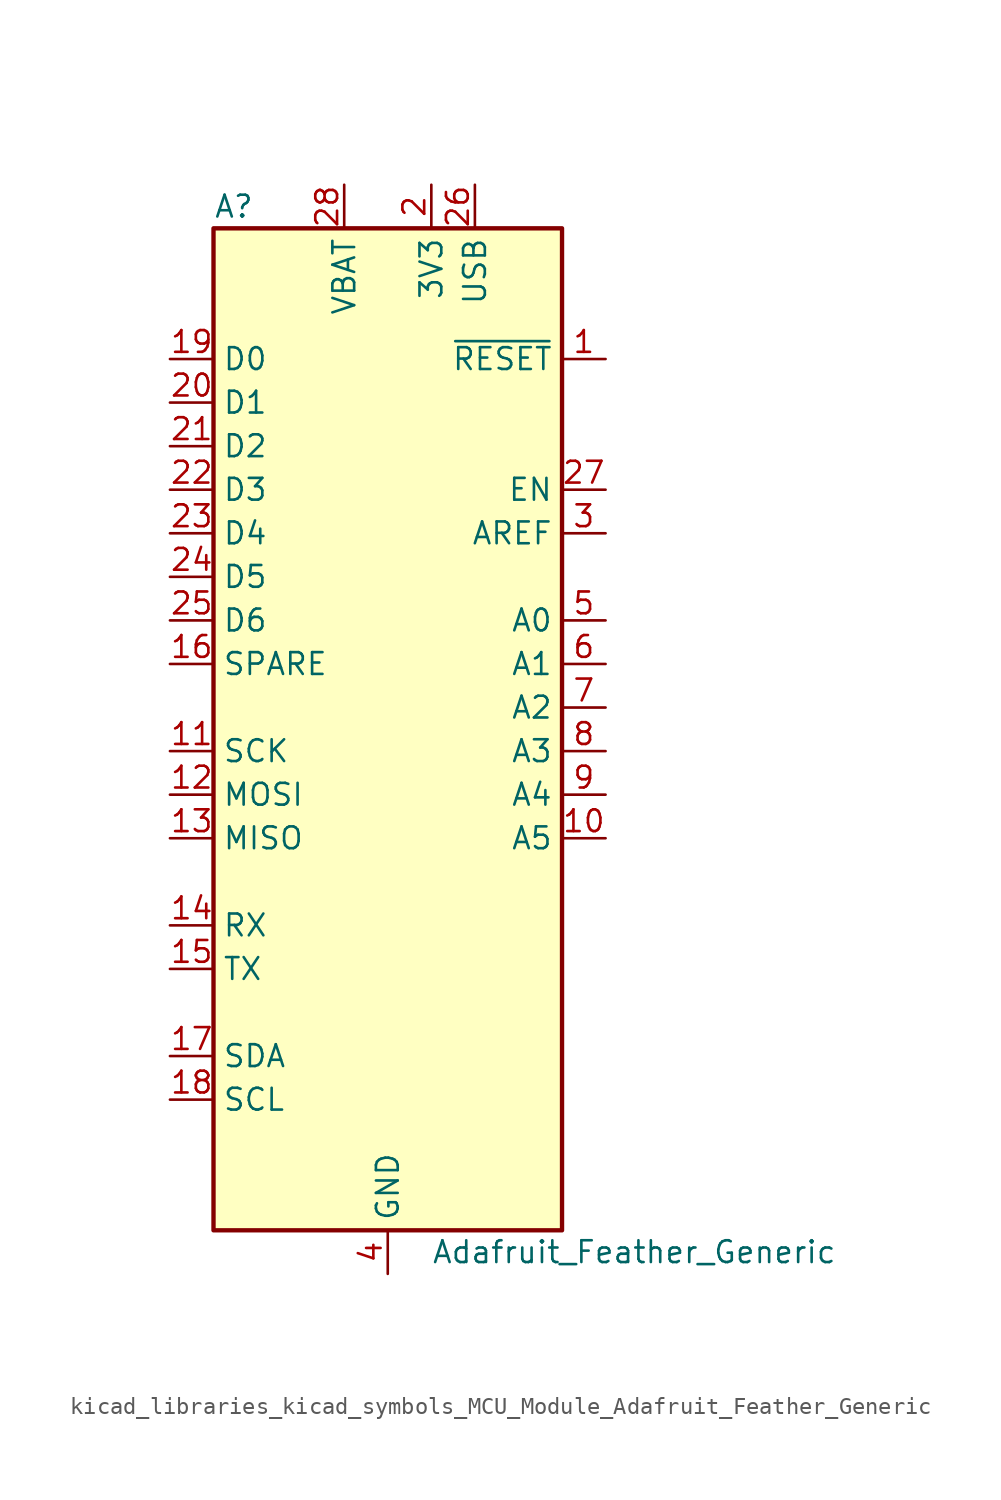
<source format=kicad_sym>
(kicad_symbol_lib
  (version 20220914)
  (generator kicad_symbol_editor)
  (symbol "kicad_libraries_kicad_symbols_MCU_Module_Adafruit_Feather_Generic"
    (property "Reference" "A"
      (at -10.16 29.21 0)
      (effects (font (size 1.27 1.27)) (justify left)))
    (property "Value" "Adafruit_Feather_Generic"
      (at 2.54 -31.75 0)
      (effects (font (size 1.27 1.27)) (justify left)))
    (symbol "kicad_libraries_kicad_symbols_MCU_Module_Adafruit_Feather_Generic_0_1"
      (rectangle (start -10.16 27.94) (end 10.16 -30.48) (stroke (width 0.254) (type default)) (fill (type background))))
    (symbol "kicad_libraries_kicad_symbols_MCU_Module_Adafruit_Feather_Generic_1_1"
      (pin input line (at 12.7 20.32 180) (length 2.54) (name "~{RESET}" (effects (font (size 1.27 1.27)))) (number "1" (effects (font (size 1.27 1.27)))))
      (pin bidirectional line (at 12.7 -7.62 180) (length 2.54) (name "A5" (effects (font (size 1.27 1.27)))) (number "10" (effects (font (size 1.27 1.27)))))
      (pin bidirectional line (at -12.7 -2.54 0) (length 2.54) (name "SCK" (effects (font (size 1.27 1.27)))) (number "11" (effects (font (size 1.27 1.27)))))
      (pin bidirectional line (at -12.7 -5.08 0) (length 2.54) (name "MOSI" (effects (font (size 1.27 1.27)))) (number "12" (effects (font (size 1.27 1.27)))))
      (pin bidirectional line (at -12.7 -7.62 0) (length 2.54) (name "MISO" (effects (font (size 1.27 1.27)))) (number "13" (effects (font (size 1.27 1.27)))))
      (pin bidirectional line (at -12.7 -12.7 0) (length 2.54) (name "RX" (effects (font (size 1.27 1.27)))) (number "14" (effects (font (size 1.27 1.27)))))
      (pin bidirectional line (at -12.7 -15.24 0) (length 2.54) (name "TX" (effects (font (size 1.27 1.27)))) (number "15" (effects (font (size 1.27 1.27)))))
      (pin bidirectional line (at -12.7 2.54 0) (length 2.54) (name "SPARE" (effects (font (size 1.27 1.27)))) (number "16" (effects (font (size 1.27 1.27)))))
      (pin bidirectional line (at -12.7 -20.32 0) (length 2.54) (name "SDA" (effects (font (size 1.27 1.27)))) (number "17" (effects (font (size 1.27 1.27)))))
      (pin bidirectional line (at -12.7 -22.86 0) (length 2.54) (name "SCL" (effects (font (size 1.27 1.27)))) (number "18" (effects (font (size 1.27 1.27)))))
      (pin bidirectional line (at -12.7 20.32 0) (length 2.54) (name "D0" (effects (font (size 1.27 1.27)))) (number "19" (effects (font (size 1.27 1.27)))))
      (pin power_in line (at 2.54 30.48 270) (length 2.54) (name "3V3" (effects (font (size 1.27 1.27)))) (number "2" (effects (font (size 1.27 1.27)))))
      (pin bidirectional line (at -12.7 17.78 0) (length 2.54) (name "D1" (effects (font (size 1.27 1.27)))) (number "20" (effects (font (size 1.27 1.27)))))
      (pin bidirectional line (at -12.7 15.24 0) (length 2.54) (name "D2" (effects (font (size 1.27 1.27)))) (number "21" (effects (font (size 1.27 1.27)))))
      (pin bidirectional line (at -12.7 12.7 0) (length 2.54) (name "D3" (effects (font (size 1.27 1.27)))) (number "22" (effects (font (size 1.27 1.27)))))
      (pin bidirectional line (at -12.7 10.16 0) (length 2.54) (name "D4" (effects (font (size 1.27 1.27)))) (number "23" (effects (font (size 1.27 1.27)))))
      (pin bidirectional line (at -12.7 7.62 0) (length 2.54) (name "D5" (effects (font (size 1.27 1.27)))) (number "24" (effects (font (size 1.27 1.27)))))
      (pin bidirectional line (at -12.7 5.08 0) (length 2.54) (name "D6" (effects (font (size 1.27 1.27)))) (number "25" (effects (font (size 1.27 1.27)))))
      (pin power_in line (at 5.08 30.48 270) (length 2.54) (name "USB" (effects (font (size 1.27 1.27)))) (number "26" (effects (font (size 1.27 1.27)))))
      (pin input line (at 12.7 12.7 180) (length 2.54) (name "EN" (effects (font (size 1.27 1.27)))) (number "27" (effects (font (size 1.27 1.27)))))
      (pin power_in line (at -2.54 30.48 270) (length 2.54) (name "VBAT" (effects (font (size 1.27 1.27)))) (number "28" (effects (font (size 1.27 1.27)))))
      (pin input line (at 12.7 10.16 180) (length 2.54) (name "AREF" (effects (font (size 1.27 1.27)))) (number "3" (effects (font (size 1.27 1.27)))))
      (pin power_in line (at 0 -33.02 90) (length 2.54) (name "GND" (effects (font (size 1.27 1.27)))) (number "4" (effects (font (size 1.27 1.27)))))
      (pin bidirectional line (at 12.7 5.08 180) (length 2.54) (name "A0" (effects (font (size 1.27 1.27)))) (number "5" (effects (font (size 1.27 1.27)))))
      (pin bidirectional line (at 12.7 2.54 180) (length 2.54) (name "A1" (effects (font (size 1.27 1.27)))) (number "6" (effects (font (size 1.27 1.27)))))
      (pin bidirectional line (at 12.7 0 180) (length 2.54) (name "A2" (effects (font (size 1.27 1.27)))) (number "7" (effects (font (size 1.27 1.27)))))
      (pin bidirectional line (at 12.7 -2.54 180) (length 2.54) (name "A3" (effects (font (size 1.27 1.27)))) (number "8" (effects (font (size 1.27 1.27)))))
      (pin bidirectional line (at 12.7 -5.08 180) (length 2.54) (name "A4" (effects (font (size 1.27 1.27)))) (number "9" (effects (font (size 1.27 1.27))))))))
</source>
